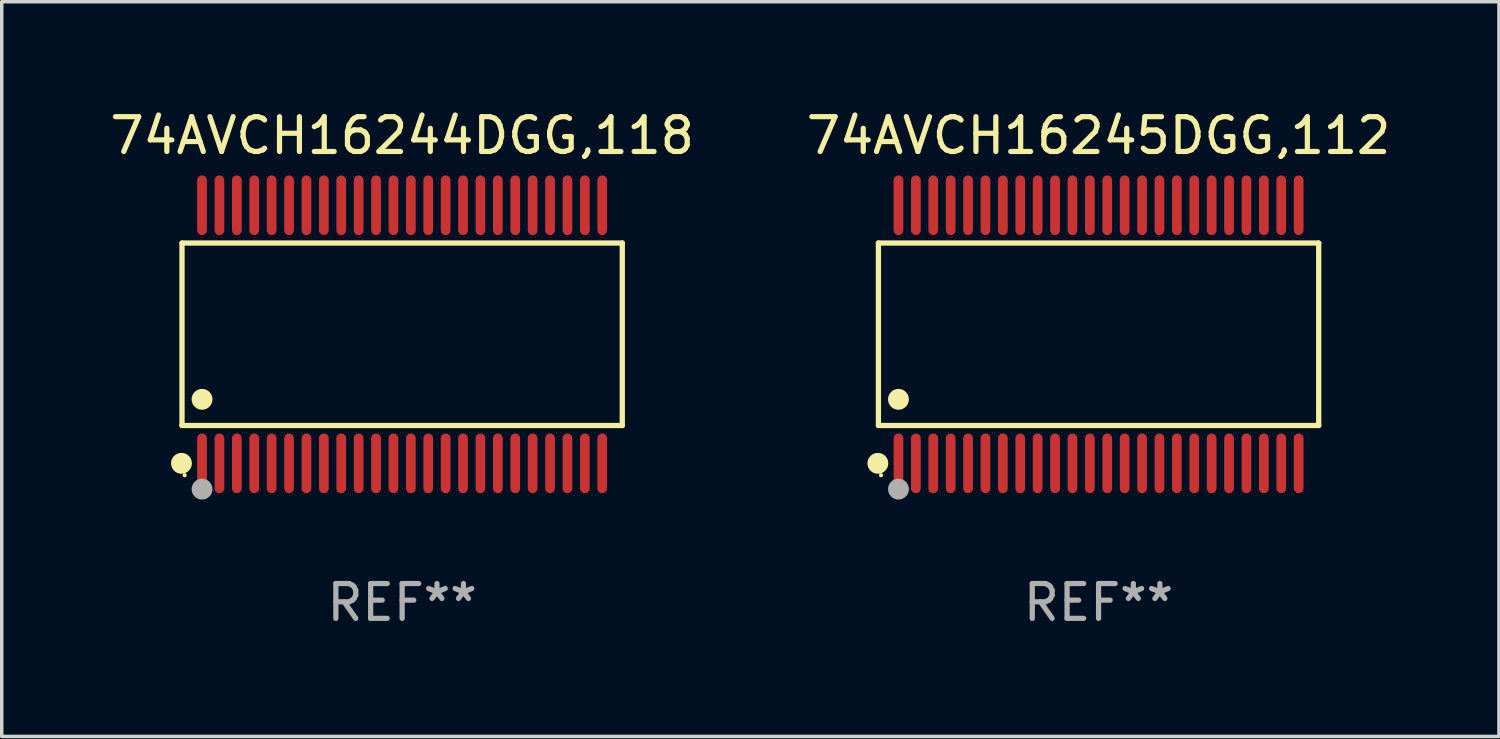
<source format=kicad_pcb>
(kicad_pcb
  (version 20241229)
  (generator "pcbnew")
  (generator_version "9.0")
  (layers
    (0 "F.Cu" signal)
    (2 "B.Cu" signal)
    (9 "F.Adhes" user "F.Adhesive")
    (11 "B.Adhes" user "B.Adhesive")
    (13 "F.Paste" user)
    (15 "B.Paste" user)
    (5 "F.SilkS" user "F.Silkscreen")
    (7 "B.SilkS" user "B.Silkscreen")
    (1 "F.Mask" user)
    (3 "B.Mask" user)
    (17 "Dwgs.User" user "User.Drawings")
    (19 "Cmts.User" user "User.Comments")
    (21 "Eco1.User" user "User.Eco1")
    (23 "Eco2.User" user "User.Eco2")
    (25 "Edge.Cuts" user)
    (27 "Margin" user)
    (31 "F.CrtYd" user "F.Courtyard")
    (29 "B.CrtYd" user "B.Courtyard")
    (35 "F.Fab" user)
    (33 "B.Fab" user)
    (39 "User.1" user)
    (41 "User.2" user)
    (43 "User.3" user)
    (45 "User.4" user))
  (footprint "74AVCH16244DGG,118"
    (layer "F.Cu")
    (at 8.506 6.556)
    (property "Reference" "74AVCH16244DGG,118" (at 0 -5.708 0) (layer "F.SilkS") (effects (font (size 1 1) (thickness 0.15))))
    (attr through_hole)
    (fp_line (start -6.326 -2.622) (end 6.326 -2.622) (stroke (width 0.152) (type solid)) (layer "F.SilkS"))
    (fp_line (start -6.326 2.621) (end -6.326 -2.622) (stroke (width 0.152) (type solid)) (layer "F.SilkS"))
    (fp_line (start 6.326 -2.622) (end 6.326 2.621) (stroke (width 0.152) (type solid)) (layer "F.SilkS"))
    (fp_line (start 6.326 2.621) (end -6.326 2.621) (stroke (width 0.152) (type solid)) (layer "F.SilkS"))
    (fp_circle (center -6.342 3.708) (end -6.192 3.708) (stroke (width 0.3) (type solid)) (fill no) (layer "F.SilkS"))
    (fp_circle (center -6.25 4.05) (end -6.22 4.05) (stroke (width 0.06) (type solid)) (fill no) (layer "F.SilkS"))
    (fp_circle (center -5.75 1.869) (end -5.6 1.869) (stroke (width 0.3) (type solid)) (fill no) (layer "F.SilkS"))
    (fp_circle (center -5.75 4.45) (end -5.6 4.45) (stroke (width 0.3) (type solid)) (fill no) (layer "F.Fab"))
    (fp_text user "REF**" (at 0 7.708 0) (layer "F.Fab") (effects (font (size 1 1) (thickness 0.15))))
    (pad "1" smd oval (at -5.75 3.708) (size 0.28 1.715) (layers "F.Cu" "F.Mask" "F.Paste"))
    (pad "2" smd oval (at -5.25 3.708) (size 0.28 1.715) (layers "F.Cu" "F.Mask" "F.Paste"))
    (pad "3" smd oval (at -4.75 3.708) (size 0.28 1.715) (layers "F.Cu" "F.Mask" "F.Paste"))
    (pad "4" smd oval (at -4.25 3.708) (size 0.28 1.715) (layers "F.Cu" "F.Mask" "F.Paste"))
    (pad "5" smd oval (at -3.75 3.708) (size 0.28 1.715) (layers "F.Cu" "F.Mask" "F.Paste"))
    (pad "6" smd oval (at -3.25 3.708) (size 0.28 1.715) (layers "F.Cu" "F.Mask" "F.Paste"))
    (pad "7" smd oval (at -2.75 3.708) (size 0.28 1.715) (layers "F.Cu" "F.Mask" "F.Paste"))
    (pad "8" smd oval (at -2.25 3.708) (size 0.28 1.715) (layers "F.Cu" "F.Mask" "F.Paste"))
    (pad "9" smd oval (at -1.75 3.708) (size 0.28 1.715) (layers "F.Cu" "F.Mask" "F.Paste"))
    (pad "10" smd oval (at -1.25 3.708) (size 0.28 1.715) (layers "F.Cu" "F.Mask" "F.Paste"))
    (pad "11" smd oval (at -0.75 3.708) (size 0.28 1.715) (layers "F.Cu" "F.Mask" "F.Paste"))
    (pad "12" smd oval (at -0.25 3.708) (size 0.28 1.715) (layers "F.Cu" "F.Mask" "F.Paste"))
    (pad "13" smd oval (at 0.25 3.708) (size 0.28 1.715) (layers "F.Cu" "F.Mask" "F.Paste"))
    (pad "14" smd oval (at 0.75 3.708) (size 0.28 1.715) (layers "F.Cu" "F.Mask" "F.Paste"))
    (pad "15" smd oval (at 1.25 3.708) (size 0.28 1.715) (layers "F.Cu" "F.Mask" "F.Paste"))
    (pad "16" smd oval (at 1.75 3.708) (size 0.28 1.715) (layers "F.Cu" "F.Mask" "F.Paste"))
    (pad "17" smd oval (at 2.25 3.708) (size 0.28 1.715) (layers "F.Cu" "F.Mask" "F.Paste"))
    (pad "18" smd oval (at 2.75 3.708) (size 0.28 1.715) (layers "F.Cu" "F.Mask" "F.Paste"))
    (pad "19" smd oval (at 3.25 3.708) (size 0.28 1.715) (layers "F.Cu" "F.Mask" "F.Paste"))
    (pad "20" smd oval (at 3.75 3.708) (size 0.28 1.715) (layers "F.Cu" "F.Mask" "F.Paste"))
    (pad "21" smd oval (at 4.25 3.708) (size 0.28 1.715) (layers "F.Cu" "F.Mask" "F.Paste"))
    (pad "22" smd oval (at 4.75 3.708) (size 0.28 1.715) (layers "F.Cu" "F.Mask" "F.Paste"))
    (pad "23" smd oval (at 5.25 3.708) (size 0.28 1.715) (layers "F.Cu" "F.Mask" "F.Paste"))
    (pad "24" smd oval (at 5.75 3.708) (size 0.28 1.715) (layers "F.Cu" "F.Mask" "F.Paste"))
    (pad "25" smd oval (at 5.75 -3.708) (size 0.28 1.715) (layers "F.Cu" "F.Mask" "F.Paste"))
    (pad "26" smd oval (at 5.25 -3.708) (size 0.28 1.715) (layers "F.Cu" "F.Mask" "F.Paste"))
    (pad "27" smd oval (at 4.75 -3.708) (size 0.28 1.715) (layers "F.Cu" "F.Mask" "F.Paste"))
    (pad "28" smd oval (at 4.25 -3.708) (size 0.28 1.715) (layers "F.Cu" "F.Mask" "F.Paste"))
    (pad "29" smd oval (at 3.75 -3.708) (size 0.28 1.715) (layers "F.Cu" "F.Mask" "F.Paste"))
    (pad "30" smd oval (at 3.25 -3.708) (size 0.28 1.715) (layers "F.Cu" "F.Mask" "F.Paste"))
    (pad "31" smd oval (at 2.75 -3.708) (size 0.28 1.715) (layers "F.Cu" "F.Mask" "F.Paste"))
    (pad "32" smd oval (at 2.25 -3.708) (size 0.28 1.715) (layers "F.Cu" "F.Mask" "F.Paste"))
    (pad "33" smd oval (at 1.75 -3.708) (size 0.28 1.715) (layers "F.Cu" "F.Mask" "F.Paste"))
    (pad "34" smd oval (at 1.25 -3.708) (size 0.28 1.715) (layers "F.Cu" "F.Mask" "F.Paste"))
    (pad "35" smd oval (at 0.75 -3.708) (size 0.28 1.715) (layers "F.Cu" "F.Mask" "F.Paste"))
    (pad "36" smd oval (at 0.25 -3.708) (size 0.28 1.715) (layers "F.Cu" "F.Mask" "F.Paste"))
    (pad "37" smd oval (at -0.25 -3.708) (size 0.28 1.715) (layers "F.Cu" "F.Mask" "F.Paste"))
    (pad "38" smd oval (at -0.75 -3.708) (size 0.28 1.715) (layers "F.Cu" "F.Mask" "F.Paste"))
    (pad "39" smd oval (at -1.25 -3.708) (size 0.28 1.715) (layers "F.Cu" "F.Mask" "F.Paste"))
    (pad "40" smd oval (at -1.75 -3.708) (size 0.28 1.715) (layers "F.Cu" "F.Mask" "F.Paste"))
    (pad "41" smd oval (at -2.25 -3.708) (size 0.28 1.715) (layers "F.Cu" "F.Mask" "F.Paste"))
    (pad "42" smd oval (at -2.75 -3.708) (size 0.28 1.715) (layers "F.Cu" "F.Mask" "F.Paste"))
    (pad "43" smd oval (at -3.25 -3.708) (size 0.28 1.715) (layers "F.Cu" "F.Mask" "F.Paste"))
    (pad "44" smd oval (at -3.75 -3.708) (size 0.28 1.715) (layers "F.Cu" "F.Mask" "F.Paste"))
    (pad "45" smd oval (at -4.25 -3.708) (size 0.28 1.715) (layers "F.Cu" "F.Mask" "F.Paste"))
    (pad "46" smd oval (at -4.75 -3.708) (size 0.28 1.715) (layers "F.Cu" "F.Mask" "F.Paste"))
    (pad "47" smd oval (at -5.25 -3.708) (size 0.28 1.715) (layers "F.Cu" "F.Mask" "F.Paste"))
    (pad "48" smd oval (at -5.75 -3.708) (size 0.28 1.715) (layers "F.Cu" "F.Mask" "F.Paste")))
  (footprint "74AVCH16245DGG,112"
    (layer "F.Cu")
    (at 28.518 6.556)
    (property "Reference" "74AVCH16245DGG,112" (at 0 -5.708 0) (layer "F.SilkS") (effects (font (size 1 1) (thickness 0.15))))
    (attr through_hole)
    (fp_line (start -6.326 -2.622) (end 6.326 -2.622) (stroke (width 0.152) (type solid)) (layer "F.SilkS"))
    (fp_line (start -6.326 2.621) (end -6.326 -2.622) (stroke (width 0.152) (type solid)) (layer "F.SilkS"))
    (fp_line (start 6.326 -2.622) (end 6.326 2.621) (stroke (width 0.152) (type solid)) (layer "F.SilkS"))
    (fp_line (start 6.326 2.621) (end -6.326 2.621) (stroke (width 0.152) (type solid)) (layer "F.SilkS"))
    (fp_circle (center -6.342 3.708) (end -6.192 3.708) (stroke (width 0.3) (type solid)) (fill no) (layer "F.SilkS"))
    (fp_circle (center -6.25 4.05) (end -6.22 4.05) (stroke (width 0.06) (type solid)) (fill no) (layer "F.SilkS"))
    (fp_circle (center -5.75 1.869) (end -5.6 1.869) (stroke (width 0.3) (type solid)) (fill no) (layer "F.SilkS"))
    (fp_circle (center -5.75 4.45) (end -5.6 4.45) (stroke (width 0.3) (type solid)) (fill no) (layer "F.Fab"))
    (fp_text user "REF**" (at 0 7.708 0) (layer "F.Fab") (effects (font (size 1 1) (thickness 0.15))))
    (pad "1" smd oval (at -5.75 3.708) (size 0.28 1.715) (layers "F.Cu" "F.Mask" "F.Paste"))
    (pad "2" smd oval (at -5.25 3.708) (size 0.28 1.715) (layers "F.Cu" "F.Mask" "F.Paste"))
    (pad "3" smd oval (at -4.75 3.708) (size 0.28 1.715) (layers "F.Cu" "F.Mask" "F.Paste"))
    (pad "4" smd oval (at -4.25 3.708) (size 0.28 1.715) (layers "F.Cu" "F.Mask" "F.Paste"))
    (pad "5" smd oval (at -3.75 3.708) (size 0.28 1.715) (layers "F.Cu" "F.Mask" "F.Paste"))
    (pad "6" smd oval (at -3.25 3.708) (size 0.28 1.715) (layers "F.Cu" "F.Mask" "F.Paste"))
    (pad "7" smd oval (at -2.75 3.708) (size 0.28 1.715) (layers "F.Cu" "F.Mask" "F.Paste"))
    (pad "8" smd oval (at -2.25 3.708) (size 0.28 1.715) (layers "F.Cu" "F.Mask" "F.Paste"))
    (pad "9" smd oval (at -1.75 3.708) (size 0.28 1.715) (layers "F.Cu" "F.Mask" "F.Paste"))
    (pad "10" smd oval (at -1.25 3.708) (size 0.28 1.715) (layers "F.Cu" "F.Mask" "F.Paste"))
    (pad "11" smd oval (at -0.75 3.708) (size 0.28 1.715) (layers "F.Cu" "F.Mask" "F.Paste"))
    (pad "12" smd oval (at -0.25 3.708) (size 0.28 1.715) (layers "F.Cu" "F.Mask" "F.Paste"))
    (pad "13" smd oval (at 0.25 3.708) (size 0.28 1.715) (layers "F.Cu" "F.Mask" "F.Paste"))
    (pad "14" smd oval (at 0.75 3.708) (size 0.28 1.715) (layers "F.Cu" "F.Mask" "F.Paste"))
    (pad "15" smd oval (at 1.25 3.708) (size 0.28 1.715) (layers "F.Cu" "F.Mask" "F.Paste"))
    (pad "16" smd oval (at 1.75 3.708) (size 0.28 1.715) (layers "F.Cu" "F.Mask" "F.Paste"))
    (pad "17" smd oval (at 2.25 3.708) (size 0.28 1.715) (layers "F.Cu" "F.Mask" "F.Paste"))
    (pad "18" smd oval (at 2.75 3.708) (size 0.28 1.715) (layers "F.Cu" "F.Mask" "F.Paste"))
    (pad "19" smd oval (at 3.25 3.708) (size 0.28 1.715) (layers "F.Cu" "F.Mask" "F.Paste"))
    (pad "20" smd oval (at 3.75 3.708) (size 0.28 1.715) (layers "F.Cu" "F.Mask" "F.Paste"))
    (pad "21" smd oval (at 4.25 3.708) (size 0.28 1.715) (layers "F.Cu" "F.Mask" "F.Paste"))
    (pad "22" smd oval (at 4.75 3.708) (size 0.28 1.715) (layers "F.Cu" "F.Mask" "F.Paste"))
    (pad "23" smd oval (at 5.25 3.708) (size 0.28 1.715) (layers "F.Cu" "F.Mask" "F.Paste"))
    (pad "24" smd oval (at 5.75 3.708) (size 0.28 1.715) (layers "F.Cu" "F.Mask" "F.Paste"))
    (pad "25" smd oval (at 5.75 -3.708) (size 0.28 1.715) (layers "F.Cu" "F.Mask" "F.Paste"))
    (pad "26" smd oval (at 5.25 -3.708) (size 0.28 1.715) (layers "F.Cu" "F.Mask" "F.Paste"))
    (pad "27" smd oval (at 4.75 -3.708) (size 0.28 1.715) (layers "F.Cu" "F.Mask" "F.Paste"))
    (pad "28" smd oval (at 4.25 -3.708) (size 0.28 1.715) (layers "F.Cu" "F.Mask" "F.Paste"))
    (pad "29" smd oval (at 3.75 -3.708) (size 0.28 1.715) (layers "F.Cu" "F.Mask" "F.Paste"))
    (pad "30" smd oval (at 3.25 -3.708) (size 0.28 1.715) (layers "F.Cu" "F.Mask" "F.Paste"))
    (pad "31" smd oval (at 2.75 -3.708) (size 0.28 1.715) (layers "F.Cu" "F.Mask" "F.Paste"))
    (pad "32" smd oval (at 2.25 -3.708) (size 0.28 1.715) (layers "F.Cu" "F.Mask" "F.Paste"))
    (pad "33" smd oval (at 1.75 -3.708) (size 0.28 1.715) (layers "F.Cu" "F.Mask" "F.Paste"))
    (pad "34" smd oval (at 1.25 -3.708) (size 0.28 1.715) (layers "F.Cu" "F.Mask" "F.Paste"))
    (pad "35" smd oval (at 0.75 -3.708) (size 0.28 1.715) (layers "F.Cu" "F.Mask" "F.Paste"))
    (pad "36" smd oval (at 0.25 -3.708) (size 0.28 1.715) (layers "F.Cu" "F.Mask" "F.Paste"))
    (pad "37" smd oval (at -0.25 -3.708) (size 0.28 1.715) (layers "F.Cu" "F.Mask" "F.Paste"))
    (pad "38" smd oval (at -0.75 -3.708) (size 0.28 1.715) (layers "F.Cu" "F.Mask" "F.Paste"))
    (pad "39" smd oval (at -1.25 -3.708) (size 0.28 1.715) (layers "F.Cu" "F.Mask" "F.Paste"))
    (pad "40" smd oval (at -1.75 -3.708) (size 0.28 1.715) (layers "F.Cu" "F.Mask" "F.Paste"))
    (pad "41" smd oval (at -2.25 -3.708) (size 0.28 1.715) (layers "F.Cu" "F.Mask" "F.Paste"))
    (pad "42" smd oval (at -2.75 -3.708) (size 0.28 1.715) (layers "F.Cu" "F.Mask" "F.Paste"))
    (pad "43" smd oval (at -3.25 -3.708) (size 0.28 1.715) (layers "F.Cu" "F.Mask" "F.Paste"))
    (pad "44" smd oval (at -3.75 -3.708) (size 0.28 1.715) (layers "F.Cu" "F.Mask" "F.Paste"))
    (pad "45" smd oval (at -4.25 -3.708) (size 0.28 1.715) (layers "F.Cu" "F.Mask" "F.Paste"))
    (pad "46" smd oval (at -4.75 -3.708) (size 0.28 1.715) (layers "F.Cu" "F.Mask" "F.Paste"))
    (pad "47" smd oval (at -5.25 -3.708) (size 0.28 1.715) (layers "F.Cu" "F.Mask" "F.Paste"))
    (pad "48" smd oval (at -5.75 -3.708) (size 0.28 1.715) (layers "F.Cu" "F.Mask" "F.Paste")))
  (gr_rect
    (start -3 -3)
    (end 40.024 18.112)
    (stroke (width 0.1) (type default))
    (fill no)
    (layer "Edge.Cuts")))
</source>
